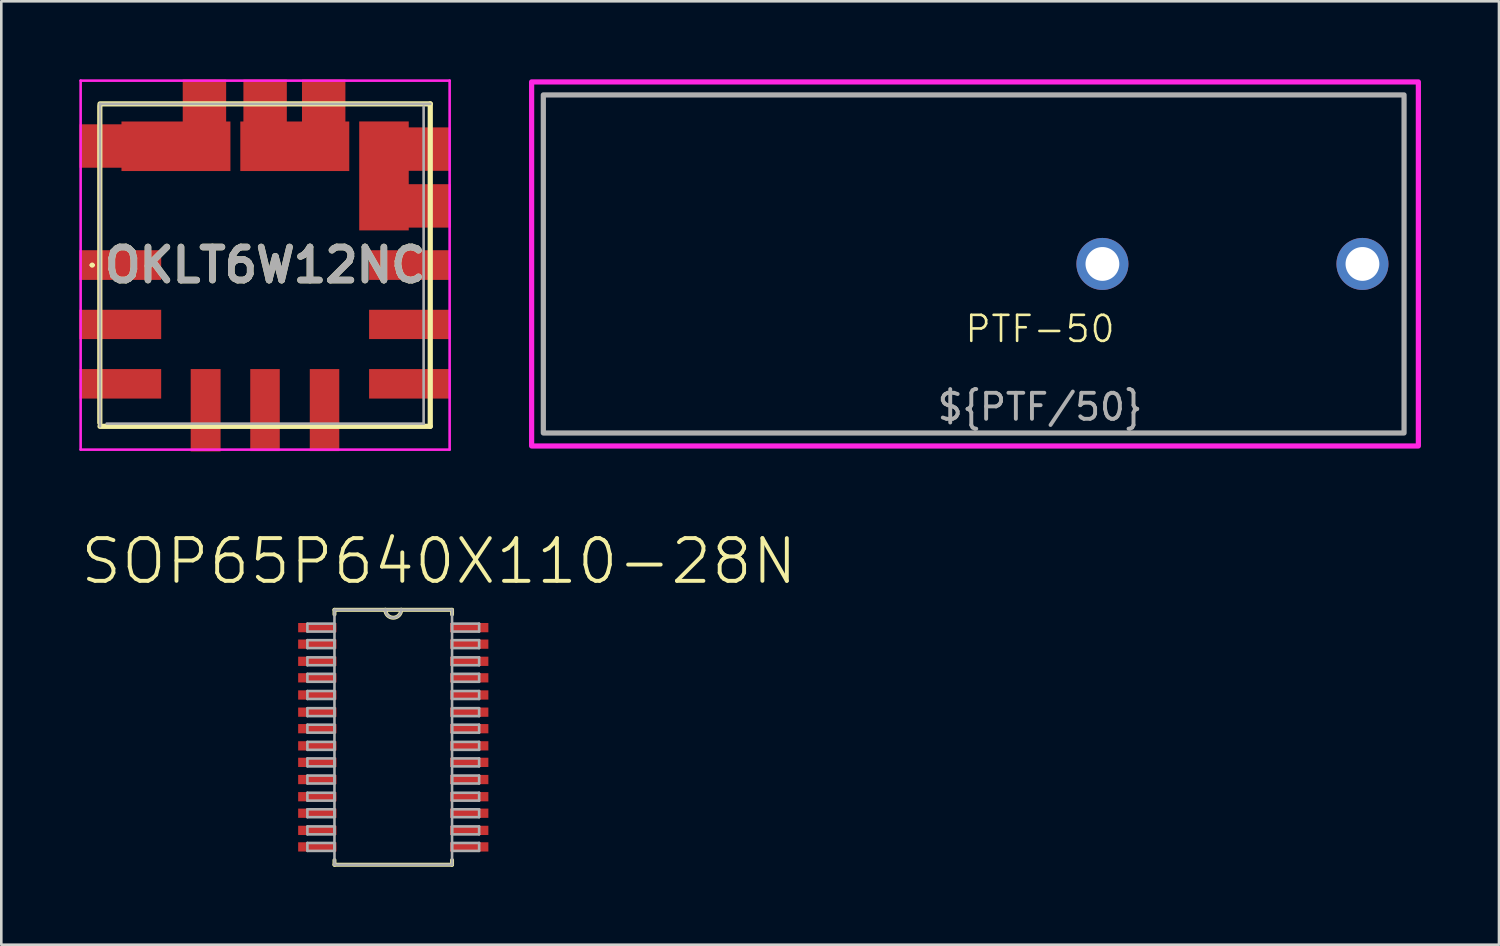
<source format=kicad_pcb>
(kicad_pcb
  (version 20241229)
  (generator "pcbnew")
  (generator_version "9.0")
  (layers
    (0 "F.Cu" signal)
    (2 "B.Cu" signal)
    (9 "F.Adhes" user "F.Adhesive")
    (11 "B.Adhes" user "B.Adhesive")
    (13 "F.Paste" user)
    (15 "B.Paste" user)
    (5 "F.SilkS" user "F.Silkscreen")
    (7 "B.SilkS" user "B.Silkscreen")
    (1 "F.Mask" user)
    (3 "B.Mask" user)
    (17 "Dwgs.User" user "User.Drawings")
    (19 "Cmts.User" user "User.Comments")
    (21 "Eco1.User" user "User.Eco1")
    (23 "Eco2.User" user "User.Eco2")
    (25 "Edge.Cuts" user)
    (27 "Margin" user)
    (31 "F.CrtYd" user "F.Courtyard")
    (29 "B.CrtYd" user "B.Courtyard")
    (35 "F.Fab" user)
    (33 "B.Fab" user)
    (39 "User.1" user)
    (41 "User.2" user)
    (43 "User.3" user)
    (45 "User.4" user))
  (footprint "OKLT6W12NC"
    (layer "F.Cu")
    (at 7.146 7.145)
    (property "Reference" "OKLT6W12NC" (at 0 0 180) (layer "F.SilkS") (effects (font (size 1.27 1.27) (thickness 0.254))))
    (attr smd)
    (fp_line (start -6.7 0) (end -6.7 0) (stroke (width 0.1) (type solid)) (layer "F.SilkS"))
    (fp_line (start -6.6 0) (end -6.6 0) (stroke (width 0.1) (type solid)) (layer "F.SilkS"))
    (fp_line (start -6.358 6.068) (end -6.358 -6.122) (stroke (width 0.2) (type solid)) (layer "F.SilkS"))
    (fp_line (start -6.35 -6.2) (end 6.35 -6.2) (stroke (width 0.2) (type solid)) (layer "F.SilkS"))
    (fp_line (start 6.35 -6.2) (end 6.35 6.2) (stroke (width 0.2) (type solid)) (layer "F.SilkS"))
    (fp_line (start 6.35 6.2) (end -6.35 6.2) (stroke (width 0.2) (type solid)) (layer "F.SilkS"))
    (fp_arc (start -6.7 0) (mid -6.65 -0.05) (end -6.6 0) (stroke (width 0.1) (type solid)) (layer "F.SilkS"))
    (fp_arc (start -6.6 0) (mid -6.65 0.05) (end -6.7 0) (stroke (width 0.1) (type solid)) (layer "F.SilkS"))
    (fp_line (start -7.095 -7.095) (end 7.095 -7.095) (stroke (width 0.1) (type solid)) (layer "F.CrtYd"))
    (fp_line (start -7.095 7.095) (end -7.095 -7.095) (stroke (width 0.1) (type solid)) (layer "F.CrtYd"))
    (fp_line (start 7.095 -7.095) (end 7.095 7.095) (stroke (width 0.1) (type solid)) (layer "F.CrtYd"))
    (fp_line (start 7.095 7.095) (end -7.095 7.095) (stroke (width 0.1) (type solid)) (layer "F.CrtYd"))
    (fp_line (start -6.35 -6.2) (end 6.35 -6.2) (stroke (width 0.1) (type solid)) (layer "F.Fab"))
    (fp_line (start -6.35 6.2) (end -6.35 -6.2) (stroke (width 0.1) (type solid)) (layer "F.Fab"))
    (fp_line (start 6.095 -6.095) (end 6.095 6.095) (stroke (width 0.1) (type solid)) (layer "F.Fab"))
    (fp_line (start 6.095 6.095) (end -6.095 6.095) (stroke (width 0.1) (type solid)) (layer "F.Fab"))
    (fp_text user "${REFERENCE}" (at 0 0 180) (layer "F.Fab") (effects (font (size 1.27 1.27) (thickness 0.254))))
    (pad "1" smd rect (at -5.572 -0.002) (size 3.149 1.141) (layers "F.Cu" "F.Mask" "F.Paste"))
    (pad "2" smd rect (at -5.571 -4.58) (size 3.137 1.67) (layers "F.Cu" "F.Mask" "F.Paste"))
    (pad "2" smd rect (at -3.43 -4.57 90) (size 1.905 4.19) (layers "F.Cu" "F.Mask" "F.Paste"))
    (pad "2" smd rect (at -2.334 -5.568 90) (size 3.137 1.67) (layers "F.Cu" "F.Mask" "F.Paste"))
    (pad "3" smd rect (at -0.001 -5.568 90) (size 3.137 1.67) (layers "F.Cu" "F.Mask" "F.Paste"))
    (pad "3" smd rect (at 1.14 -4.57 90) (size 1.905 4.19) (layers "F.Cu" "F.Mask" "F.Paste"))
    (pad "3" smd rect (at 2.252 -5.568 90) (size 3.137 1.67) (layers "F.Cu" "F.Mask" "F.Paste"))
    (pad "4" smd rect (at 4.57 -3.43) (size 1.905 4.19) (layers "F.Cu" "F.Mask" "F.Paste"))
    (pad "4" smd rect (at 5.563 -4.461) (size 3.137 1.67) (layers "F.Cu" "F.Mask" "F.Paste"))
    (pad "4" smd rect (at 5.579 -2.277) (size 3.137 1.67) (layers "F.Cu" "F.Mask" "F.Paste"))
    (pad "5" smd rect (at 5.566 -0.002) (size 3.137 1.141) (layers "F.Cu" "F.Mask" "F.Paste"))
    (pad "6" smd rect (at 5.566 4.565) (size 3.137 1.135) (layers "F.Cu" "F.Mask" "F.Paste"))
    (pad "7" smd rect (at -0.005 5.575) (size 1.135 3.155) (layers "F.Cu" "F.Mask" "F.Paste"))
    (pad "8" smd rect (at -2.288 5.581) (size 1.15 3.168) (layers "F.Cu" "F.Mask" "F.Paste"))
    (pad "9" smd rect (at -5.566 4.565) (size 3.136 1.135) (layers "F.Cu" "F.Mask" "F.Paste"))
    (pad "10" smd rect (at -5.572 2.281) (size 3.149 1.126) (layers "F.Cu" "F.Mask" "F.Paste"))
    (pad "11" smd rect (at 5.566 2.281) (size 3.137 1.126) (layers "F.Cu" "F.Mask" "F.Paste"))
    (pad "12" smd rect (at 2.284 5.575) (size 1.134 3.155) (layers "F.Cu" "F.Mask" "F.Paste")))
  (footprint "PTF-50"
    (layer "F.Cu")
    (at 36.944 10.1)
    (property "Reference" "PTF-50" (at 0 -0.5 0) (unlocked yes) (layer "F.SilkS") (effects (font (size 1 1) (thickness 0.1))))
    (attr smd)
    (fp_rect (start -19.55 -10) (end 14.55 4) (stroke (width 0.2) (type solid)) (fill no) (layer "F.CrtYd"))
    (fp_rect (start -19.1 -9.5) (end 14 3.5) (stroke (width 0.2) (type solid)) (fill no) (layer "F.Fab"))
    (fp_text user "${PTF/50}" (at 0 2.5 0) (unlocked yes) (layer "F.Fab") (effects (font (size 1 1) (thickness 0.15))))
    (pad "1" thru_hole circle (at 2.4 -3) (size 2 2) (drill 1.3) (layers "*.Cu" "*.Mask"))
    (pad "2" thru_hole circle (at 12.4 -3) (size 2 2) (drill 1.3) (layers "*.Cu" "*.Mask")))
  (footprint "SOP65P640X110-28N"
    (layer "F.Cu")
    (at 12.073 25.302)
    (property "Reference" "SOP65P640X110-28N" (at 1.756 -6.768 0) (layer "F.SilkS") (effects (font (size 1.643 1.643) (thickness 0.15))))
    (attr smd)
    (fp_line (start -2.261 -4.902) (end -2.261 -4.724) (stroke (width 0.152) (type solid)) (layer "F.SilkS"))
    (fp_line (start -2.261 4.724) (end -2.261 4.902) (stroke (width 0.152) (type solid)) (layer "F.SilkS"))
    (fp_line (start -2.261 4.902) (end 2.261 4.902) (stroke (width 0.152) (type solid)) (layer "F.SilkS"))
    (fp_line (start -0.305 -4.902) (end -2.261 -4.902) (stroke (width 0.152) (type solid)) (layer "F.SilkS"))
    (fp_line (start 0.305 -4.902) (end -0.305 -4.902) (stroke (width 0.152) (type solid)) (layer "F.SilkS"))
    (fp_line (start 2.261 -4.902) (end 0.305 -4.902) (stroke (width 0.152) (type solid)) (layer "F.SilkS"))
    (fp_line (start 2.261 -4.724) (end 2.261 -4.902) (stroke (width 0.152) (type solid)) (layer "F.SilkS"))
    (fp_line (start 2.261 4.902) (end 2.261 4.724) (stroke (width 0.152) (type solid)) (layer "F.SilkS"))
    (fp_arc (start 0.3048 -4.9022) (mid 0 -4.5974) (end -0.3048 -4.9022) (stroke (width 0.1524) (type solid)) (layer "F.SilkS"))
    (fp_line (start -3.302 -4.369) (end -3.302 -4.064) (stroke (width 0.1) (type solid)) (layer "F.Fab"))
    (fp_line (start -3.302 -4.064) (end -2.261 -4.064) (stroke (width 0.1) (type solid)) (layer "F.Fab"))
    (fp_line (start -3.302 -3.734) (end -3.302 -3.429) (stroke (width 0.1) (type solid)) (layer "F.Fab"))
    (fp_line (start -3.302 -3.429) (end -2.261 -3.429) (stroke (width 0.1) (type solid)) (layer "F.Fab"))
    (fp_line (start -3.302 -3.073) (end -3.302 -2.769) (stroke (width 0.1) (type solid)) (layer "F.Fab"))
    (fp_line (start -3.302 -2.769) (end -2.261 -2.769) (stroke (width 0.1) (type solid)) (layer "F.Fab"))
    (fp_line (start -3.302 -2.438) (end -3.302 -2.134) (stroke (width 0.1) (type solid)) (layer "F.Fab"))
    (fp_line (start -3.302 -2.134) (end -2.261 -2.134) (stroke (width 0.1) (type solid)) (layer "F.Fab"))
    (fp_line (start -3.302 -1.778) (end -3.302 -1.473) (stroke (width 0.1) (type solid)) (layer "F.Fab"))
    (fp_line (start -3.302 -1.473) (end -2.261 -1.473) (stroke (width 0.1) (type solid)) (layer "F.Fab"))
    (fp_line (start -3.302 -1.118) (end -3.302 -0.813) (stroke (width 0.1) (type solid)) (layer "F.Fab"))
    (fp_line (start -3.302 -0.813) (end -2.261 -0.813) (stroke (width 0.1) (type solid)) (layer "F.Fab"))
    (fp_line (start -3.302 -0.483) (end -3.302 -0.178) (stroke (width 0.1) (type solid)) (layer "F.Fab"))
    (fp_line (start -3.302 -0.178) (end -2.261 -0.178) (stroke (width 0.1) (type solid)) (layer "F.Fab"))
    (fp_line (start -3.302 0.178) (end -3.302 0.483) (stroke (width 0.1) (type solid)) (layer "F.Fab"))
    (fp_line (start -3.302 0.483) (end -2.261 0.483) (stroke (width 0.1) (type solid)) (layer "F.Fab"))
    (fp_line (start -3.302 0.813) (end -3.302 1.118) (stroke (width 0.1) (type solid)) (layer "F.Fab"))
    (fp_line (start -3.302 1.118) (end -2.261 1.118) (stroke (width 0.1) (type solid)) (layer "F.Fab"))
    (fp_line (start -3.302 1.473) (end -3.302 1.778) (stroke (width 0.1) (type solid)) (layer "F.Fab"))
    (fp_line (start -3.302 1.778) (end -2.261 1.778) (stroke (width 0.1) (type solid)) (layer "F.Fab"))
    (fp_line (start -3.302 2.134) (end -3.302 2.438) (stroke (width 0.1) (type solid)) (layer "F.Fab"))
    (fp_line (start -3.302 2.438) (end -2.261 2.438) (stroke (width 0.1) (type solid)) (layer "F.Fab"))
    (fp_line (start -3.302 2.769) (end -3.302 3.073) (stroke (width 0.1) (type solid)) (layer "F.Fab"))
    (fp_line (start -3.302 3.073) (end -2.261 3.073) (stroke (width 0.1) (type solid)) (layer "F.Fab"))
    (fp_line (start -3.302 3.429) (end -3.302 3.734) (stroke (width 0.1) (type solid)) (layer "F.Fab"))
    (fp_line (start -3.302 3.734) (end -2.261 3.734) (stroke (width 0.1) (type solid)) (layer "F.Fab"))
    (fp_line (start -3.302 4.064) (end -3.302 4.369) (stroke (width 0.1) (type solid)) (layer "F.Fab"))
    (fp_line (start -3.302 4.369) (end -2.261 4.369) (stroke (width 0.1) (type solid)) (layer "F.Fab"))
    (fp_line (start -2.261 -4.902) (end -2.261 4.902) (stroke (width 0.1) (type solid)) (layer "F.Fab"))
    (fp_line (start -2.261 -4.369) (end -3.302 -4.369) (stroke (width 0.1) (type solid)) (layer "F.Fab"))
    (fp_line (start -2.261 -4.064) (end -2.261 -4.369) (stroke (width 0.1) (type solid)) (layer "F.Fab"))
    (fp_line (start -2.261 -3.734) (end -3.302 -3.734) (stroke (width 0.1) (type solid)) (layer "F.Fab"))
    (fp_line (start -2.261 -3.429) (end -2.261 -3.734) (stroke (width 0.1) (type solid)) (layer "F.Fab"))
    (fp_line (start -2.261 -3.073) (end -3.302 -3.073) (stroke (width 0.1) (type solid)) (layer "F.Fab"))
    (fp_line (start -2.261 -2.769) (end -2.261 -3.073) (stroke (width 0.1) (type solid)) (layer "F.Fab"))
    (fp_line (start -2.261 -2.438) (end -3.302 -2.438) (stroke (width 0.1) (type solid)) (layer "F.Fab"))
    (fp_line (start -2.261 -2.134) (end -2.261 -2.438) (stroke (width 0.1) (type solid)) (layer "F.Fab"))
    (fp_line (start -2.261 -1.778) (end -3.302 -1.778) (stroke (width 0.1) (type solid)) (layer "F.Fab"))
    (fp_line (start -2.261 -1.473) (end -2.261 -1.778) (stroke (width 0.1) (type solid)) (layer "F.Fab"))
    (fp_line (start -2.261 -1.118) (end -3.302 -1.118) (stroke (width 0.1) (type solid)) (layer "F.Fab"))
    (fp_line (start -2.261 -0.813) (end -2.261 -1.118) (stroke (width 0.1) (type solid)) (layer "F.Fab"))
    (fp_line (start -2.261 -0.483) (end -3.302 -0.483) (stroke (width 0.1) (type solid)) (layer "F.Fab"))
    (fp_line (start -2.261 -0.178) (end -2.261 -0.483) (stroke (width 0.1) (type solid)) (layer "F.Fab"))
    (fp_line (start -2.261 0.178) (end -3.302 0.178) (stroke (width 0.1) (type solid)) (layer "F.Fab"))
    (fp_line (start -2.261 0.483) (end -2.261 0.178) (stroke (width 0.1) (type solid)) (layer "F.Fab"))
    (fp_line (start -2.261 0.813) (end -3.302 0.813) (stroke (width 0.1) (type solid)) (layer "F.Fab"))
    (fp_line (start -2.261 1.118) (end -2.261 0.813) (stroke (width 0.1) (type solid)) (layer "F.Fab"))
    (fp_line (start -2.261 1.473) (end -3.302 1.473) (stroke (width 0.1) (type solid)) (layer "F.Fab"))
    (fp_line (start -2.261 1.778) (end -2.261 1.473) (stroke (width 0.1) (type solid)) (layer "F.Fab"))
    (fp_line (start -2.261 2.134) (end -3.302 2.134) (stroke (width 0.1) (type solid)) (layer "F.Fab"))
    (fp_line (start -2.261 2.438) (end -2.261 2.134) (stroke (width 0.1) (type solid)) (layer "F.Fab"))
    (fp_line (start -2.261 2.769) (end -3.302 2.769) (stroke (width 0.1) (type solid)) (layer "F.Fab"))
    (fp_line (start -2.261 3.073) (end -2.261 2.769) (stroke (width 0.1) (type solid)) (layer "F.Fab"))
    (fp_line (start -2.261 3.429) (end -3.302 3.429) (stroke (width 0.1) (type solid)) (layer "F.Fab"))
    (fp_line (start -2.261 3.734) (end -2.261 3.429) (stroke (width 0.1) (type solid)) (layer "F.Fab"))
    (fp_line (start -2.261 4.064) (end -3.302 4.064) (stroke (width 0.1) (type solid)) (layer "F.Fab"))
    (fp_line (start -2.261 4.369) (end -2.261 4.064) (stroke (width 0.1) (type solid)) (layer "F.Fab"))
    (fp_line (start -2.261 4.902) (end 2.261 4.902) (stroke (width 0.1) (type solid)) (layer "F.Fab"))
    (fp_line (start -0.305 -4.902) (end -2.261 -4.902) (stroke (width 0.1) (type solid)) (layer "F.Fab"))
    (fp_line (start 0.305 -4.902) (end -0.305 -4.902) (stroke (width 0.1) (type solid)) (layer "F.Fab"))
    (fp_line (start 2.261 -4.902) (end 0.305 -4.902) (stroke (width 0.1) (type solid)) (layer "F.Fab"))
    (fp_line (start 2.261 -4.369) (end 2.261 -4.064) (stroke (width 0.1) (type solid)) (layer "F.Fab"))
    (fp_line (start 2.261 -4.064) (end 3.302 -4.064) (stroke (width 0.1) (type solid)) (layer "F.Fab"))
    (fp_line (start 2.261 -3.734) (end 2.261 -3.429) (stroke (width 0.1) (type solid)) (layer "F.Fab"))
    (fp_line (start 2.261 -3.429) (end 3.302 -3.429) (stroke (width 0.1) (type solid)) (layer "F.Fab"))
    (fp_line (start 2.261 -3.073) (end 2.261 -2.769) (stroke (width 0.1) (type solid)) (layer "F.Fab"))
    (fp_line (start 2.261 -2.769) (end 3.302 -2.769) (stroke (width 0.1) (type solid)) (layer "F.Fab"))
    (fp_line (start 2.261 -2.438) (end 2.261 -2.134) (stroke (width 0.1) (type solid)) (layer "F.Fab"))
    (fp_line (start 2.261 -2.134) (end 3.302 -2.134) (stroke (width 0.1) (type solid)) (layer "F.Fab"))
    (fp_line (start 2.261 -1.778) (end 2.261 -1.473) (stroke (width 0.1) (type solid)) (layer "F.Fab"))
    (fp_line (start 2.261 -1.473) (end 3.302 -1.473) (stroke (width 0.1) (type solid)) (layer "F.Fab"))
    (fp_line (start 2.261 -1.118) (end 2.261 -0.813) (stroke (width 0.1) (type solid)) (layer "F.Fab"))
    (fp_line (start 2.261 -0.813) (end 3.302 -0.813) (stroke (width 0.1) (type solid)) (layer "F.Fab"))
    (fp_line (start 2.261 -0.483) (end 2.261 -0.178) (stroke (width 0.1) (type solid)) (layer "F.Fab"))
    (fp_line (start 2.261 -0.178) (end 3.302 -0.178) (stroke (width 0.1) (type solid)) (layer "F.Fab"))
    (fp_line (start 2.261 0.178) (end 2.261 0.483) (stroke (width 0.1) (type solid)) (layer "F.Fab"))
    (fp_line (start 2.261 0.483) (end 3.302 0.483) (stroke (width 0.1) (type solid)) (layer "F.Fab"))
    (fp_line (start 2.261 0.813) (end 2.261 1.118) (stroke (width 0.1) (type solid)) (layer "F.Fab"))
    (fp_line (start 2.261 1.118) (end 3.302 1.118) (stroke (width 0.1) (type solid)) (layer "F.Fab"))
    (fp_line (start 2.261 1.473) (end 2.261 1.778) (stroke (width 0.1) (type solid)) (layer "F.Fab"))
    (fp_line (start 2.261 1.778) (end 3.302 1.778) (stroke (width 0.1) (type solid)) (layer "F.Fab"))
    (fp_line (start 2.261 2.134) (end 2.261 2.438) (stroke (width 0.1) (type solid)) (layer "F.Fab"))
    (fp_line (start 2.261 2.438) (end 3.302 2.438) (stroke (width 0.1) (type solid)) (layer "F.Fab"))
    (fp_line (start 2.261 2.769) (end 2.261 3.073) (stroke (width 0.1) (type solid)) (layer "F.Fab"))
    (fp_line (start 2.261 3.073) (end 3.302 3.073) (stroke (width 0.1) (type solid)) (layer "F.Fab"))
    (fp_line (start 2.261 3.429) (end 2.261 3.734) (stroke (width 0.1) (type solid)) (layer "F.Fab"))
    (fp_line (start 2.261 3.734) (end 3.302 3.734) (stroke (width 0.1) (type solid)) (layer "F.Fab"))
    (fp_line (start 2.261 4.064) (end 2.261 4.369) (stroke (width 0.1) (type solid)) (layer "F.Fab"))
    (fp_line (start 2.261 4.369) (end 3.302 4.369) (stroke (width 0.1) (type solid)) (layer "F.Fab"))
    (fp_line (start 2.261 4.902) (end 2.261 -4.902) (stroke (width 0.1) (type solid)) (layer "F.Fab"))
    (fp_line (start 3.302 -4.369) (end 2.261 -4.369) (stroke (width 0.1) (type solid)) (layer "F.Fab"))
    (fp_line (start 3.302 -4.064) (end 3.302 -4.369) (stroke (width 0.1) (type solid)) (layer "F.Fab"))
    (fp_line (start 3.302 -3.734) (end 2.261 -3.734) (stroke (width 0.1) (type solid)) (layer "F.Fab"))
    (fp_line (start 3.302 -3.429) (end 3.302 -3.734) (stroke (width 0.1) (type solid)) (layer "F.Fab"))
    (fp_line (start 3.302 -3.073) (end 2.261 -3.073) (stroke (width 0.1) (type solid)) (layer "F.Fab"))
    (fp_line (start 3.302 -2.769) (end 3.302 -3.073) (stroke (width 0.1) (type solid)) (layer "F.Fab"))
    (fp_line (start 3.302 -2.438) (end 2.261 -2.438) (stroke (width 0.1) (type solid)) (layer "F.Fab"))
    (fp_line (start 3.302 -2.134) (end 3.302 -2.438) (stroke (width 0.1) (type solid)) (layer "F.Fab"))
    (fp_line (start 3.302 -1.778) (end 2.261 -1.778) (stroke (width 0.1) (type solid)) (layer "F.Fab"))
    (fp_line (start 3.302 -1.473) (end 3.302 -1.778) (stroke (width 0.1) (type solid)) (layer "F.Fab"))
    (fp_line (start 3.302 -1.118) (end 2.261 -1.118) (stroke (width 0.1) (type solid)) (layer "F.Fab"))
    (fp_line (start 3.302 -0.813) (end 3.302 -1.118) (stroke (width 0.1) (type solid)) (layer "F.Fab"))
    (fp_line (start 3.302 -0.483) (end 2.261 -0.483) (stroke (width 0.1) (type solid)) (layer "F.Fab"))
    (fp_line (start 3.302 -0.178) (end 3.302 -0.483) (stroke (width 0.1) (type solid)) (layer "F.Fab"))
    (fp_line (start 3.302 0.178) (end 2.261 0.178) (stroke (width 0.1) (type solid)) (layer "F.Fab"))
    (fp_line (start 3.302 0.483) (end 3.302 0.178) (stroke (width 0.1) (type solid)) (layer "F.Fab"))
    (fp_line (start 3.302 0.813) (end 2.261 0.813) (stroke (width 0.1) (type solid)) (layer "F.Fab"))
    (fp_line (start 3.302 1.118) (end 3.302 0.813) (stroke (width 0.1) (type solid)) (layer "F.Fab"))
    (fp_line (start 3.302 1.473) (end 2.261 1.473) (stroke (width 0.1) (type solid)) (layer "F.Fab"))
    (fp_line (start 3.302 1.778) (end 3.302 1.473) (stroke (width 0.1) (type solid)) (layer "F.Fab"))
    (fp_line (start 3.302 2.134) (end 2.261 2.134) (stroke (width 0.1) (type solid)) (layer "F.Fab"))
    (fp_line (start 3.302 2.438) (end 3.302 2.134) (stroke (width 0.1) (type solid)) (layer "F.Fab"))
    (fp_line (start 3.302 2.769) (end 2.261 2.769) (stroke (width 0.1) (type solid)) (layer "F.Fab"))
    (fp_line (start 3.302 3.073) (end 3.302 2.769) (stroke (width 0.1) (type solid)) (layer "F.Fab"))
    (fp_line (start 3.302 3.429) (end 2.261 3.429) (stroke (width 0.1) (type solid)) (layer "F.Fab"))
    (fp_line (start 3.302 3.734) (end 3.302 3.429) (stroke (width 0.1) (type solid)) (layer "F.Fab"))
    (fp_line (start 3.302 4.064) (end 2.261 4.064) (stroke (width 0.1) (type solid)) (layer "F.Fab"))
    (fp_line (start 3.302 4.369) (end 3.302 4.064) (stroke (width 0.1) (type solid)) (layer "F.Fab"))
    (fp_arc (start 0.3048 -4.9022) (mid 0 -4.5974) (end -0.3048 -4.9022) (stroke (width 0.1) (type solid)) (layer "F.Fab"))
    (pad "1" smd rect (at -2.921 -4.216) (size 1.473 0.356) (layers "F.Cu" "F.Mask" "F.Paste"))
    (pad "2" smd rect (at -2.921 -3.581) (size 1.473 0.356) (layers "F.Cu" "F.Mask" "F.Paste"))
    (pad "3" smd rect (at -2.921 -2.921) (size 1.473 0.356) (layers "F.Cu" "F.Mask" "F.Paste"))
    (pad "4" smd rect (at -2.921 -2.286) (size 1.473 0.356) (layers "F.Cu" "F.Mask" "F.Paste"))
    (pad "5" smd rect (at -2.921 -1.626) (size 1.473 0.356) (layers "F.Cu" "F.Mask" "F.Paste"))
    (pad "6" smd rect (at -2.921 -0.965) (size 1.473 0.356) (layers "F.Cu" "F.Mask" "F.Paste"))
    (pad "7" smd rect (at -2.921 -0.33) (size 1.473 0.356) (layers "F.Cu" "F.Mask" "F.Paste"))
    (pad "8" smd rect (at -2.921 0.33) (size 1.473 0.356) (layers "F.Cu" "F.Mask" "F.Paste"))
    (pad "9" smd rect (at -2.921 0.965) (size 1.473 0.356) (layers "F.Cu" "F.Mask" "F.Paste"))
    (pad "10" smd rect (at -2.921 1.626) (size 1.473 0.356) (layers "F.Cu" "F.Mask" "F.Paste"))
    (pad "11" smd rect (at -2.921 2.286) (size 1.473 0.356) (layers "F.Cu" "F.Mask" "F.Paste"))
    (pad "12" smd rect (at -2.921 2.921) (size 1.473 0.356) (layers "F.Cu" "F.Mask" "F.Paste"))
    (pad "13" smd rect (at -2.921 3.581) (size 1.473 0.356) (layers "F.Cu" "F.Mask" "F.Paste"))
    (pad "14" smd rect (at -2.921 4.216) (size 1.473 0.356) (layers "F.Cu" "F.Mask" "F.Paste"))
    (pad "15" smd rect (at 2.921 4.216) (size 1.473 0.356) (layers "F.Cu" "F.Mask" "F.Paste"))
    (pad "16" smd rect (at 2.921 3.581) (size 1.473 0.356) (layers "F.Cu" "F.Mask" "F.Paste"))
    (pad "17" smd rect (at 2.921 2.921) (size 1.473 0.356) (layers "F.Cu" "F.Mask" "F.Paste"))
    (pad "18" smd rect (at 2.921 2.286) (size 1.473 0.356) (layers "F.Cu" "F.Mask" "F.Paste"))
    (pad "19" smd rect (at 2.921 1.626) (size 1.473 0.356) (layers "F.Cu" "F.Mask" "F.Paste"))
    (pad "20" smd rect (at 2.921 0.965) (size 1.473 0.356) (layers "F.Cu" "F.Mask" "F.Paste"))
    (pad "21" smd rect (at 2.921 0.33) (size 1.473 0.356) (layers "F.Cu" "F.Mask" "F.Paste"))
    (pad "22" smd rect (at 2.921 -0.33) (size 1.473 0.356) (layers "F.Cu" "F.Mask" "F.Paste"))
    (pad "23" smd rect (at 2.921 -0.965) (size 1.473 0.356) (layers "F.Cu" "F.Mask" "F.Paste"))
    (pad "24" smd rect (at 2.921 -1.626) (size 1.473 0.356) (layers "F.Cu" "F.Mask" "F.Paste"))
    (pad "25" smd rect (at 2.921 -2.286) (size 1.473 0.356) (layers "F.Cu" "F.Mask" "F.Paste"))
    (pad "26" smd rect (at 2.921 -2.921) (size 1.473 0.356) (layers "F.Cu" "F.Mask" "F.Paste"))
    (pad "27" smd rect (at 2.921 -3.581) (size 1.473 0.356) (layers "F.Cu" "F.Mask" "F.Paste"))
    (pad "28" smd rect (at 2.921 -4.216) (size 1.473 0.356) (layers "F.Cu" "F.Mask" "F.Paste")))
  (gr_rect
    (start -3 -3)
    (end 54.594 33.28)
    (stroke (width 0.1) (type default))
    (fill no)
    (layer "Edge.Cuts")))
</source>
